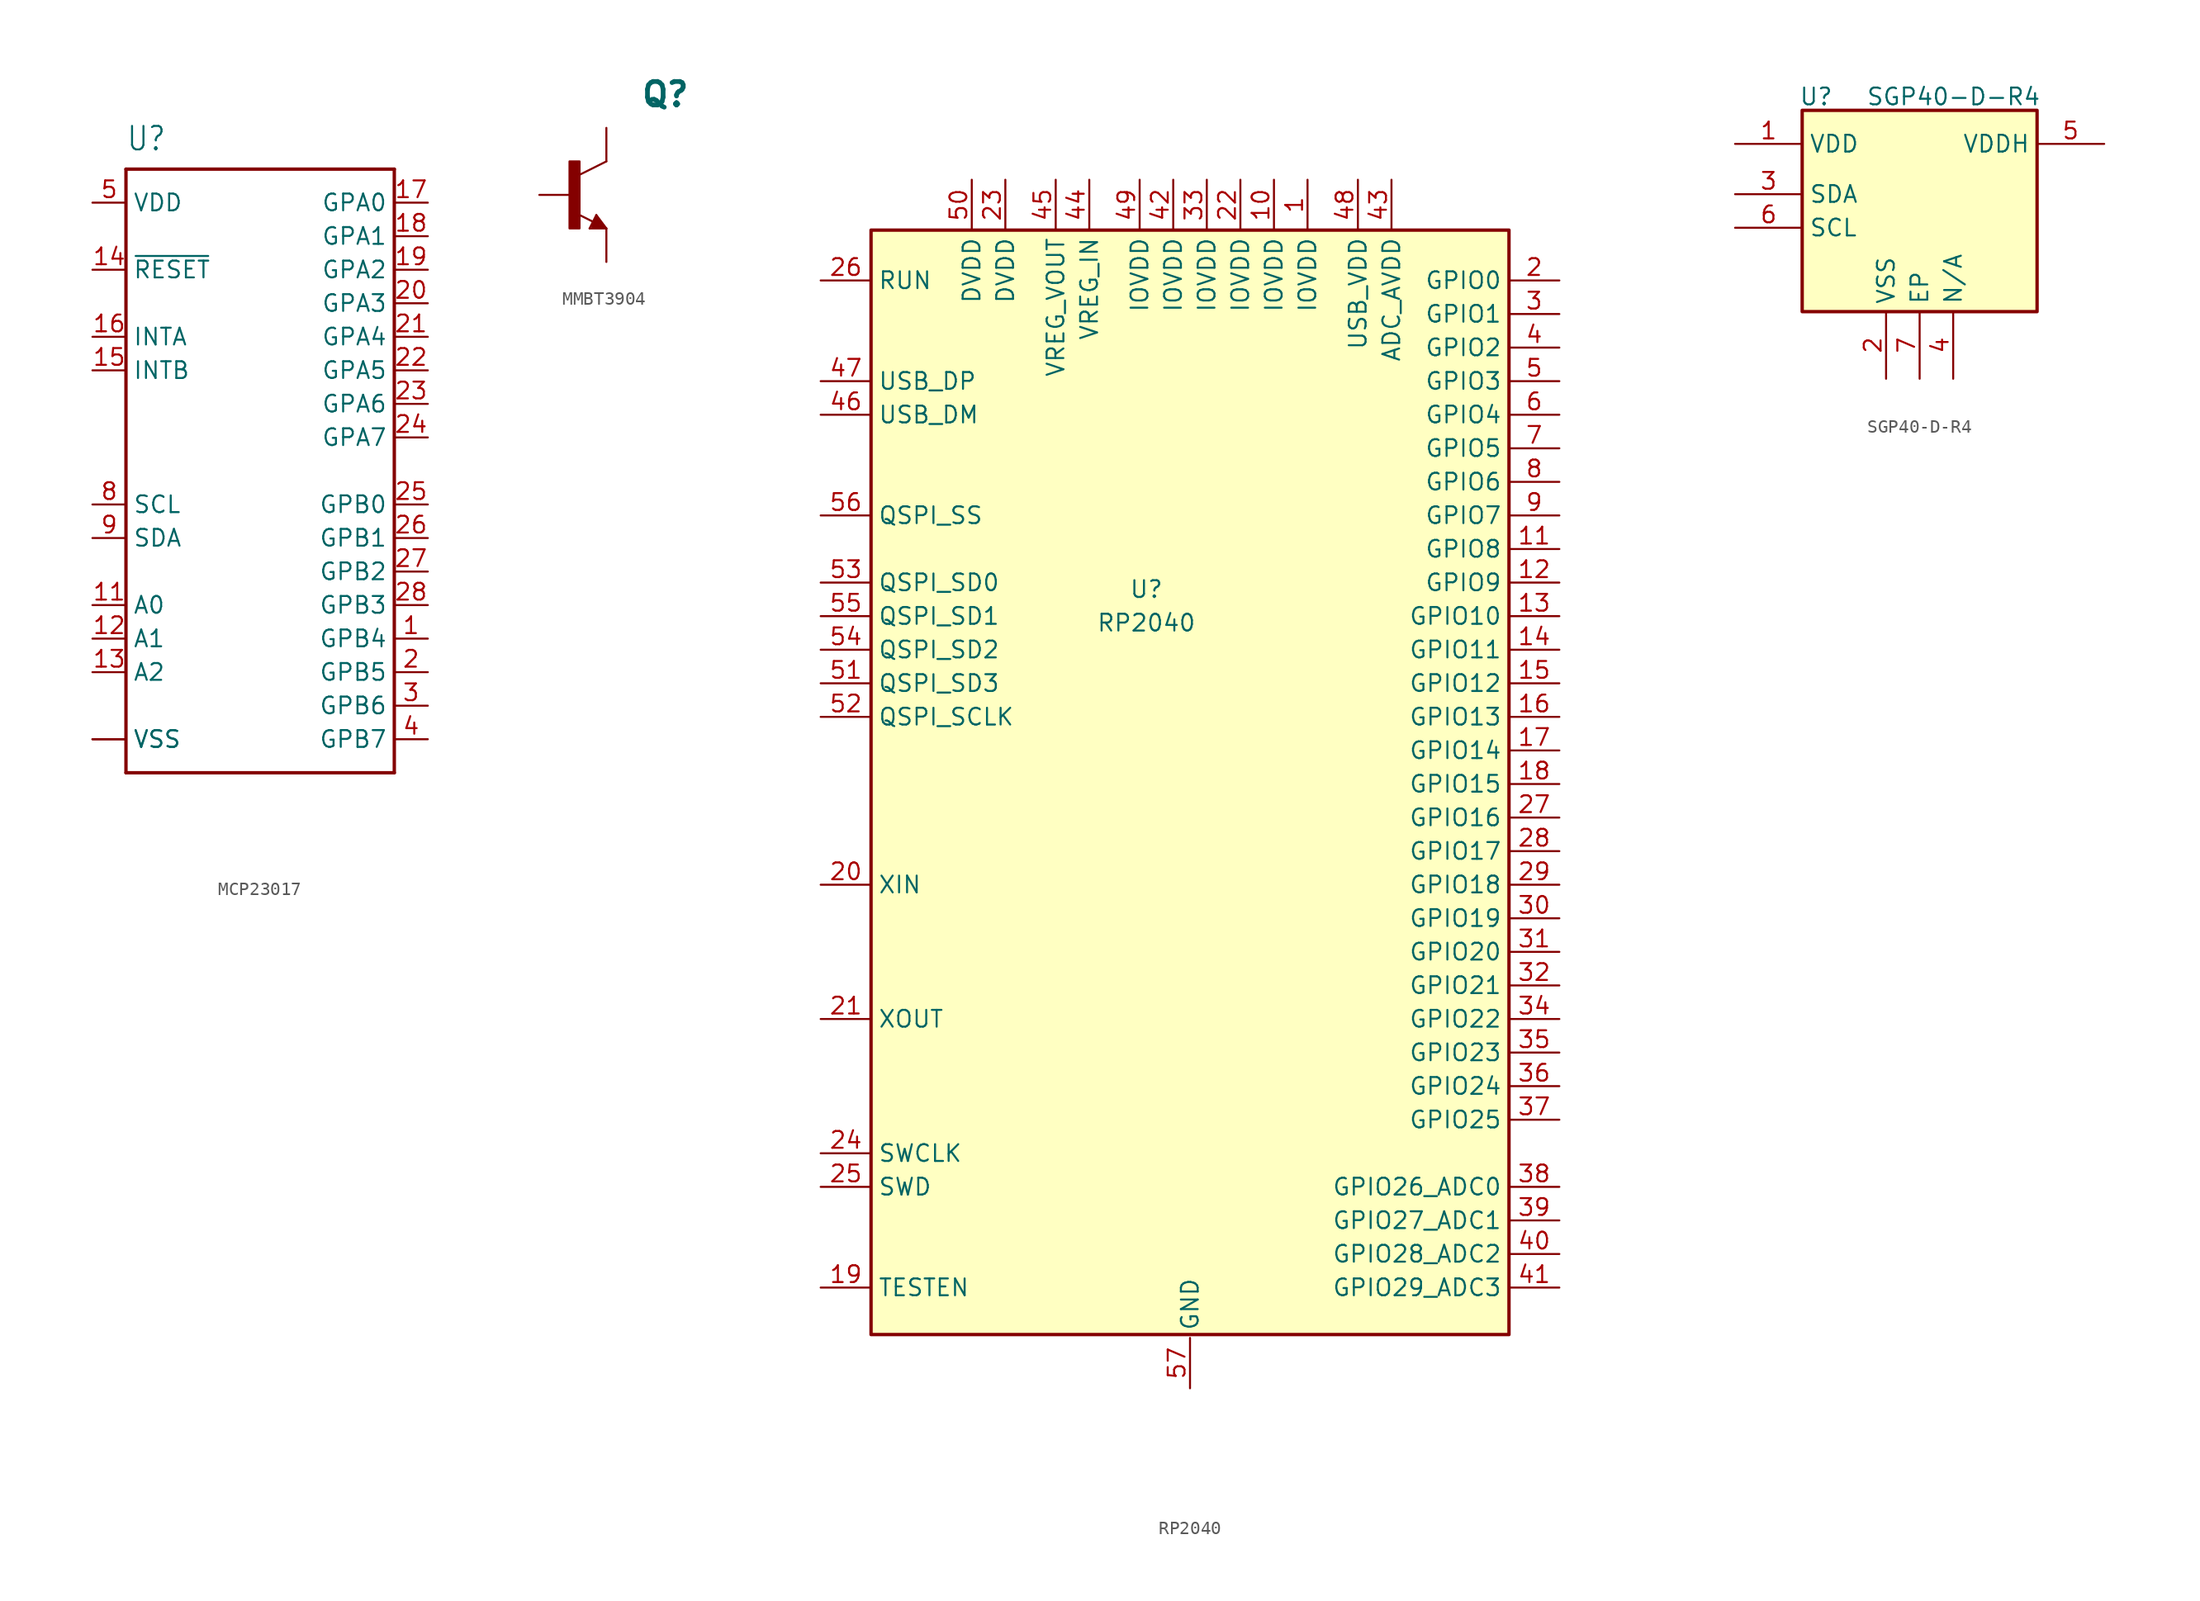
<source format=kicad_sym>
(kicad_symbol_lib
  (version 20241209)
  (generator "kicad_symbol_editor")
  (generator_version "9.0")
  (symbol "MCP23017"
    (property "Reference" "U"
      (at -10.16 24.13 0)
      (effects (font (size 1.778 1.511)) (justify left bottom)))
    (property "Value" ""
      (at -10.16 -25.4 0)
      (effects (font (size 1.778 1.511)) (justify left bottom)))
    (property "ki_locked" ""
      (at 0 0 0)
      (effects (font (size 1.27 1.27))))
    (symbol "MCP23017_1_0"
      (polyline (pts (xy -10.16 22.86) (xy 10.16 22.86)) (stroke (width 0.254) (type solid)) (fill (type none)))
      (polyline (pts (xy -10.16 -22.86) (xy -10.16 22.86)) (stroke (width 0.254) (type solid)) (fill (type none)))
      (polyline (pts (xy 10.16 22.86) (xy 10.16 -22.86)) (stroke (width 0.254) (type solid)) (fill (type none)))
      (polyline (pts (xy 10.16 -22.86) (xy -10.16 -22.86)) (stroke (width 0.254) (type solid)) (fill (type none)))
      (pin power_in line (at -12.7 20.32 0) (length 2.54) (name "VDD" (effects (font (size 1.27 1.27)))) (number "5" (effects (font (size 1.27 1.27)))))
      (pin input line (at -12.7 15.24 0) (length 2.54) (name "~{RESET}" (effects (font (size 1.27 1.27)))) (number "14" (effects (font (size 1.27 1.27)))))
      (pin output line (at -12.7 10.16 0) (length 2.54) (name "INTA" (effects (font (size 1.27 1.27)))) (number "16" (effects (font (size 1.27 1.27)))))
      (pin output line (at -12.7 7.62 0) (length 2.54) (name "INTB" (effects (font (size 1.27 1.27)))) (number "15" (effects (font (size 1.27 1.27)))))
      (pin input line (at -12.7 -2.54 0) (length 2.54) (name "SCL" (effects (font (size 1.27 1.27)))) (number "8" (effects (font (size 1.27 1.27)))))
      (pin bidirectional line (at -12.7 -5.08 0) (length 2.54) (name "SDA" (effects (font (size 1.27 1.27)))) (number "9" (effects (font (size 1.27 1.27)))))
      (pin input line (at -12.7 -10.16 0) (length 2.54) (name "A0" (effects (font (size 1.27 1.27)))) (number "11" (effects (font (size 1.27 1.27)))))
      (pin input line (at -12.7 -12.7 0) (length 2.54) (name "A1" (effects (font (size 1.27 1.27)))) (number "12" (effects (font (size 1.27 1.27)))))
      (pin input line (at -12.7 -15.24 0) (length 2.54) (name "A2" (effects (font (size 1.27 1.27)))) (number "13" (effects (font (size 1.27 1.27)))))
      (pin power_in line (at -12.7 -20.32 0) (length 2.54) (name "VSS" (effects (font (size 1.27 1.27)))) (number "6" (effects (font (size 0 0)))))
      (pin power_in line (at -12.7 -20.32 0) (length 2.54) (name "VSS" (effects (font (size 1.27 1.27)))) (number "EXP" (effects (font (size 0 0)))))
      (pin bidirectional line (at 12.7 20.32 180) (length 2.54) (name "GPA0" (effects (font (size 1.27 1.27)))) (number "17" (effects (font (size 1.27 1.27)))))
      (pin bidirectional line (at 12.7 17.78 180) (length 2.54) (name "GPA1" (effects (font (size 1.27 1.27)))) (number "18" (effects (font (size 1.27 1.27)))))
      (pin bidirectional line (at 12.7 15.24 180) (length 2.54) (name "GPA2" (effects (font (size 1.27 1.27)))) (number "19" (effects (font (size 1.27 1.27)))))
      (pin bidirectional line (at 12.7 12.7 180) (length 2.54) (name "GPA3" (effects (font (size 1.27 1.27)))) (number "20" (effects (font (size 1.27 1.27)))))
      (pin bidirectional line (at 12.7 10.16 180) (length 2.54) (name "GPA4" (effects (font (size 1.27 1.27)))) (number "21" (effects (font (size 1.27 1.27)))))
      (pin bidirectional line (at 12.7 7.62 180) (length 2.54) (name "GPA5" (effects (font (size 1.27 1.27)))) (number "22" (effects (font (size 1.27 1.27)))))
      (pin bidirectional line (at 12.7 5.08 180) (length 2.54) (name "GPA6" (effects (font (size 1.27 1.27)))) (number "23" (effects (font (size 1.27 1.27)))))
      (pin bidirectional line (at 12.7 2.54 180) (length 2.54) (name "GPA7" (effects (font (size 1.27 1.27)))) (number "24" (effects (font (size 1.27 1.27)))))
      (pin bidirectional line (at 12.7 -2.54 180) (length 2.54) (name "GPB0" (effects (font (size 1.27 1.27)))) (number "25" (effects (font (size 1.27 1.27)))))
      (pin bidirectional line (at 12.7 -5.08 180) (length 2.54) (name "GPB1" (effects (font (size 1.27 1.27)))) (number "26" (effects (font (size 1.27 1.27)))))
      (pin bidirectional line (at 12.7 -7.62 180) (length 2.54) (name "GPB2" (effects (font (size 1.27 1.27)))) (number "27" (effects (font (size 1.27 1.27)))))
      (pin bidirectional line (at 12.7 -10.16 180) (length 2.54) (name "GPB3" (effects (font (size 1.27 1.27)))) (number "28" (effects (font (size 1.27 1.27)))))
      (pin bidirectional line (at 12.7 -12.7 180) (length 2.54) (name "GPB4" (effects (font (size 1.27 1.27)))) (number "1" (effects (font (size 1.27 1.27)))))
      (pin bidirectional line (at 12.7 -15.24 180) (length 2.54) (name "GPB5" (effects (font (size 1.27 1.27)))) (number "2" (effects (font (size 1.27 1.27)))))
      (pin bidirectional line (at 12.7 -17.78 180) (length 2.54) (name "GPB6" (effects (font (size 1.27 1.27)))) (number "3" (effects (font (size 1.27 1.27)))))
      (pin bidirectional line (at 12.7 -20.32 180) (length 2.54) (name "GPB7" (effects (font (size 1.27 1.27)))) (number "4" (effects (font (size 1.27 1.27)))))))
  (symbol "MMBT3904"
    (property "Reference" "Q"
      (at 5.08 7.62 0)
      (effects (font (size 1.778 1.778) (thickness 0.356) (bold yes)) (justify left)))
    (property "Value" ""
      (at 5.08 5.08 0)
      (effects (font (size 1.778 1.778) (thickness 0.356) (bold yes)) (justify left)))
    (property "ki_locked" ""
      (at 0 0 0)
      (effects (font (size 1.27 1.27))))
    (symbol "MMBT3904_1_0"
      (rectangle (start -0.254 -2.54) (end 0.508 2.54) (stroke (width 0) (type default)) (fill (type outline)))
      (polyline (pts (xy 1.27 -2.54) (xy 1.778 -1.524)) (stroke (width 0.152) (type solid)) (fill (type none)))
      (polyline (pts (xy 1.524 -2.286) (xy 1.905 -2.286)) (stroke (width 0.254) (type solid)) (fill (type none)))
      (polyline (pts (xy 1.524 -2.413) (xy 2.286 -2.413)) (stroke (width 0.254) (type solid)) (fill (type none)))
      (polyline (pts (xy 1.54 -2.04) (xy 0.308 -1.424)) (stroke (width 0.152) (type solid)) (fill (type none)))
      (polyline (pts (xy 1.778 -1.524) (xy 2.54 -2.54)) (stroke (width 0.152) (type solid)) (fill (type none)))
      (polyline (pts (xy 1.778 -1.778) (xy 1.524 -2.286)) (stroke (width 0.254) (type solid)) (fill (type none)))
      (polyline (pts (xy 1.905 -2.286) (xy 1.778 -2.032)) (stroke (width 0.254) (type solid)) (fill (type none)))
      (polyline (pts (xy 2.286 -2.413) (xy 1.778 -1.778)) (stroke (width 0.254) (type solid)) (fill (type none)))
      (polyline (pts (xy 2.54 2.54) (xy 0.508 1.524)) (stroke (width 0.152) (type solid)) (fill (type none)))
      (polyline (pts (xy 2.54 -2.54) (xy 1.27 -2.54)) (stroke (width 0.152) (type solid)) (fill (type none)))
      (pin passive line (at -2.54 0 0) (length 2.54) (name "B" (effects (font (size 0 0)))) (number "1" (effects (font (size 0 0)))))
      (pin passive line (at 2.54 5.08 270) (length 2.54) (name "C" (effects (font (size 0 0)))) (number "3" (effects (font (size 0 0)))))
      (pin passive line (at 2.54 -5.08 90) (length 2.54) (name "E" (effects (font (size 0 0)))) (number "2" (effects (font (size 0 0)))))))
  (symbol "RP2040"
    (property "Reference" "U"
      (at -3.302 14.732 0)
      (effects (font (size 1.27 1.27))))
    (property "Value" "RP2040"
      (at -3.302 12.192 0)
      (effects (font (size 1.27 1.27))))
    (symbol "RP2040_0_1"
      (rectangle (start -24.13 41.91) (end 24.13 -41.656) (stroke (width 0.254) (type default)) (fill (type background))))
    (symbol "RP2040_1_1"
      (pin input line (at -27.94 38.1 0) (length 3.81) (name "RUN" (effects (font (size 1.27 1.27)))) (number "26" (effects (font (size 1.27 1.27)))))
      (pin bidirectional line (at -27.94 30.48 0) (length 3.81) (name "USB_DP" (effects (font (size 1.27 1.27)))) (number "47" (effects (font (size 1.27 1.27)))))
      (pin bidirectional line (at -27.94 27.94 0) (length 3.81) (name "USB_DM" (effects (font (size 1.27 1.27)))) (number "46" (effects (font (size 1.27 1.27)))))
      (pin bidirectional line (at -27.94 20.32 0) (length 3.81) (name "QSPI_SS" (effects (font (size 1.27 1.27)))) (number "56" (effects (font (size 1.27 1.27)))))
      (pin bidirectional line (at -27.94 15.24 0) (length 3.81) (name "QSPI_SD0" (effects (font (size 1.27 1.27)))) (number "53" (effects (font (size 1.27 1.27)))))
      (pin bidirectional line (at -27.94 12.7 0) (length 3.81) (name "QSPI_SD1" (effects (font (size 1.27 1.27)))) (number "55" (effects (font (size 1.27 1.27)))))
      (pin bidirectional line (at -27.94 10.16 0) (length 3.81) (name "QSPI_SD2" (effects (font (size 1.27 1.27)))) (number "54" (effects (font (size 1.27 1.27)))))
      (pin bidirectional line (at -27.94 7.62 0) (length 3.81) (name "QSPI_SD3" (effects (font (size 1.27 1.27)))) (number "51" (effects (font (size 1.27 1.27)))))
      (pin output line (at -27.94 5.08 0) (length 3.81) (name "QSPI_SCLK" (effects (font (size 1.27 1.27)))) (number "52" (effects (font (size 1.27 1.27)))))
      (pin input line (at -27.94 -7.62 0) (length 3.81) (name "XIN" (effects (font (size 1.27 1.27)))) (number "20" (effects (font (size 1.27 1.27)))))
      (pin passive line (at -27.94 -17.78 0) (length 3.81) (name "XOUT" (effects (font (size 1.27 1.27)))) (number "21" (effects (font (size 1.27 1.27)))))
      (pin input line (at -27.94 -27.94 0) (length 3.81) (name "SWCLK" (effects (font (size 1.27 1.27)))) (number "24" (effects (font (size 1.27 1.27)))))
      (pin bidirectional line (at -27.94 -30.48 0) (length 3.81) (name "SWD" (effects (font (size 1.27 1.27)))) (number "25" (effects (font (size 1.27 1.27)))))
      (pin input line (at -27.94 -38.1 0) (length 3.81) (name "TESTEN" (effects (font (size 1.27 1.27)))) (number "19" (effects (font (size 1.27 1.27)))))
      (pin power_in line (at -16.51 45.72 270) (length 3.81) (name "DVDD" (effects (font (size 1.27 1.27)))) (number "50" (effects (font (size 1.27 1.27)))))
      (pin power_in line (at -13.97 45.72 270) (length 3.81) (name "DVDD" (effects (font (size 1.27 1.27)))) (number "23" (effects (font (size 1.27 1.27)))))
      (pin power_out line (at -10.16 45.72 270) (length 3.81) (name "VREG_VOUT" (effects (font (size 1.27 1.27)))) (number "45" (effects (font (size 1.27 1.27)))))
      (pin power_in line (at -7.62 45.72 270) (length 3.81) (name "VREG_IN" (effects (font (size 1.27 1.27)))) (number "44" (effects (font (size 1.27 1.27)))))
      (pin power_in line (at -3.81 45.72 270) (length 3.81) (name "IOVDD" (effects (font (size 1.27 1.27)))) (number "49" (effects (font (size 1.27 1.27)))))
      (pin power_in line (at -1.27 45.72 270) (length 3.81) (name "IOVDD" (effects (font (size 1.27 1.27)))) (number "42" (effects (font (size 1.27 1.27)))))
      (pin power_in line (at 0 -45.72 90) (length 3.81) (name "GND" (effects (font (size 1.27 1.27)))) (number "57" (effects (font (size 1.27 1.27)))))
      (pin power_in line (at 1.27 45.72 270) (length 3.81) (name "IOVDD" (effects (font (size 1.27 1.27)))) (number "33" (effects (font (size 1.27 1.27)))))
      (pin power_in line (at 3.81 45.72 270) (length 3.81) (name "IOVDD" (effects (font (size 1.27 1.27)))) (number "22" (effects (font (size 1.27 1.27)))))
      (pin power_in line (at 6.35 45.72 270) (length 3.81) (name "IOVDD" (effects (font (size 1.27 1.27)))) (number "10" (effects (font (size 1.27 1.27)))))
      (pin power_in line (at 8.89 45.72 270) (length 3.81) (name "IOVDD" (effects (font (size 1.27 1.27)))) (number "1" (effects (font (size 1.27 1.27)))))
      (pin power_in line (at 12.7 45.72 270) (length 3.81) (name "USB_VDD" (effects (font (size 1.27 1.27)))) (number "48" (effects (font (size 1.27 1.27)))))
      (pin power_in line (at 15.24 45.72 270) (length 3.81) (name "ADC_AVDD" (effects (font (size 1.27 1.27)))) (number "43" (effects (font (size 1.27 1.27)))))
      (pin bidirectional line (at 27.94 38.1 180) (length 3.81) (name "GPIO0" (effects (font (size 1.27 1.27)))) (number "2" (effects (font (size 1.27 1.27)))))
      (pin bidirectional line (at 27.94 35.56 180) (length 3.81) (name "GPIO1" (effects (font (size 1.27 1.27)))) (number "3" (effects (font (size 1.27 1.27)))))
      (pin bidirectional line (at 27.94 33.02 180) (length 3.81) (name "GPIO2" (effects (font (size 1.27 1.27)))) (number "4" (effects (font (size 1.27 1.27)))))
      (pin bidirectional line (at 27.94 30.48 180) (length 3.81) (name "GPIO3" (effects (font (size 1.27 1.27)))) (number "5" (effects (font (size 1.27 1.27)))))
      (pin bidirectional line (at 27.94 27.94 180) (length 3.81) (name "GPIO4" (effects (font (size 1.27 1.27)))) (number "6" (effects (font (size 1.27 1.27)))))
      (pin bidirectional line (at 27.94 25.4 180) (length 3.81) (name "GPIO5" (effects (font (size 1.27 1.27)))) (number "7" (effects (font (size 1.27 1.27)))))
      (pin bidirectional line (at 27.94 22.86 180) (length 3.81) (name "GPIO6" (effects (font (size 1.27 1.27)))) (number "8" (effects (font (size 1.27 1.27)))))
      (pin bidirectional line (at 27.94 20.32 180) (length 3.81) (name "GPIO7" (effects (font (size 1.27 1.27)))) (number "9" (effects (font (size 1.27 1.27)))))
      (pin bidirectional line (at 27.94 17.78 180) (length 3.81) (name "GPIO8" (effects (font (size 1.27 1.27)))) (number "11" (effects (font (size 1.27 1.27)))))
      (pin bidirectional line (at 27.94 15.24 180) (length 3.81) (name "GPIO9" (effects (font (size 1.27 1.27)))) (number "12" (effects (font (size 1.27 1.27)))))
      (pin bidirectional line (at 27.94 12.7 180) (length 3.81) (name "GPIO10" (effects (font (size 1.27 1.27)))) (number "13" (effects (font (size 1.27 1.27)))))
      (pin bidirectional line (at 27.94 10.16 180) (length 3.81) (name "GPIO11" (effects (font (size 1.27 1.27)))) (number "14" (effects (font (size 1.27 1.27)))))
      (pin bidirectional line (at 27.94 7.62 180) (length 3.81) (name "GPIO12" (effects (font (size 1.27 1.27)))) (number "15" (effects (font (size 1.27 1.27)))))
      (pin bidirectional line (at 27.94 5.08 180) (length 3.81) (name "GPIO13" (effects (font (size 1.27 1.27)))) (number "16" (effects (font (size 1.27 1.27)))))
      (pin bidirectional line (at 27.94 2.54 180) (length 3.81) (name "GPIO14" (effects (font (size 1.27 1.27)))) (number "17" (effects (font (size 1.27 1.27)))))
      (pin bidirectional line (at 27.94 0 180) (length 3.81) (name "GPIO15" (effects (font (size 1.27 1.27)))) (number "18" (effects (font (size 1.27 1.27)))))
      (pin bidirectional line (at 27.94 -2.54 180) (length 3.81) (name "GPIO16" (effects (font (size 1.27 1.27)))) (number "27" (effects (font (size 1.27 1.27)))))
      (pin bidirectional line (at 27.94 -5.08 180) (length 3.81) (name "GPIO17" (effects (font (size 1.27 1.27)))) (number "28" (effects (font (size 1.27 1.27)))))
      (pin bidirectional line (at 27.94 -7.62 180) (length 3.81) (name "GPIO18" (effects (font (size 1.27 1.27)))) (number "29" (effects (font (size 1.27 1.27)))))
      (pin bidirectional line (at 27.94 -10.16 180) (length 3.81) (name "GPIO19" (effects (font (size 1.27 1.27)))) (number "30" (effects (font (size 1.27 1.27)))))
      (pin bidirectional line (at 27.94 -12.7 180) (length 3.81) (name "GPIO20" (effects (font (size 1.27 1.27)))) (number "31" (effects (font (size 1.27 1.27)))))
      (pin bidirectional line (at 27.94 -15.24 180) (length 3.81) (name "GPIO21" (effects (font (size 1.27 1.27)))) (number "32" (effects (font (size 1.27 1.27)))))
      (pin bidirectional line (at 27.94 -17.78 180) (length 3.81) (name "GPIO22" (effects (font (size 1.27 1.27)))) (number "34" (effects (font (size 1.27 1.27)))))
      (pin bidirectional line (at 27.94 -20.32 180) (length 3.81) (name "GPIO23" (effects (font (size 1.27 1.27)))) (number "35" (effects (font (size 1.27 1.27)))))
      (pin bidirectional line (at 27.94 -22.86 180) (length 3.81) (name "GPIO24" (effects (font (size 1.27 1.27)))) (number "36" (effects (font (size 1.27 1.27)))))
      (pin bidirectional line (at 27.94 -25.4 180) (length 3.81) (name "GPIO25" (effects (font (size 1.27 1.27)))) (number "37" (effects (font (size 1.27 1.27)))))
      (pin bidirectional line (at 27.94 -30.48 180) (length 3.81) (name "GPIO26_ADC0" (effects (font (size 1.27 1.27)))) (number "38" (effects (font (size 1.27 1.27)))))
      (pin bidirectional line (at 27.94 -33.02 180) (length 3.81) (name "GPIO27_ADC1" (effects (font (size 1.27 1.27)))) (number "39" (effects (font (size 1.27 1.27)))))
      (pin bidirectional line (at 27.94 -35.56 180) (length 3.81) (name "GPIO28_ADC2" (effects (font (size 1.27 1.27)))) (number "40" (effects (font (size 1.27 1.27)))))
      (pin bidirectional line (at 27.94 -38.1 180) (length 3.81) (name "GPIO29_ADC3" (effects (font (size 1.27 1.27)))) (number "41" (effects (font (size 1.27 1.27)))))))
  (symbol "SGP40-D-R4"
    (property "Reference" "U"
      (at -9.144 9.398 0)
      (effects (font (size 1.27 1.27)) (justify left top)))
    (property "Value" "SGP40-D-R4"
      (at -4.064 9.398 0)
      (effects (font (size 1.27 1.27)) (justify left top)))
    (symbol "SGP40-D-R4_1_1"
      (rectangle (start -8.89 7.62) (end 8.89 -7.62) (stroke (width 0.254) (type default)) (fill (type background)))
      (pin passive line (at -13.97 5.08 0) (length 5.08) (name "VDD" (effects (font (size 1.27 1.27)))) (number "1" (effects (font (size 1.27 1.27)))))
      (pin passive line (at -13.97 1.27 0) (length 5.08) (name "SDA" (effects (font (size 1.27 1.27)))) (number "3" (effects (font (size 1.27 1.27)))))
      (pin passive line (at -13.97 -1.27 0) (length 5.08) (name "SCL" (effects (font (size 1.27 1.27)))) (number "6" (effects (font (size 1.27 1.27)))))
      (pin passive line (at -2.54 -12.7 90) (length 5.08) (name "VSS" (effects (font (size 1.27 1.27)))) (number "2" (effects (font (size 1.27 1.27)))))
      (pin passive line (at 0 -12.7 90) (length 5.08) (name "EP" (effects (font (size 1.27 1.27)))) (number "7" (effects (font (size 1.27 1.27)))))
      (pin passive line (at 2.54 -12.7 90) (length 5.08) (name "N/A" (effects (font (size 1.27 1.27)))) (number "4" (effects (font (size 1.27 1.27)))))
      (pin passive line (at 13.97 5.08 180) (length 5.08) (name "VDDH" (effects (font (size 1.27 1.27)))) (number "5" (effects (font (size 1.27 1.27))))))))
</source>
